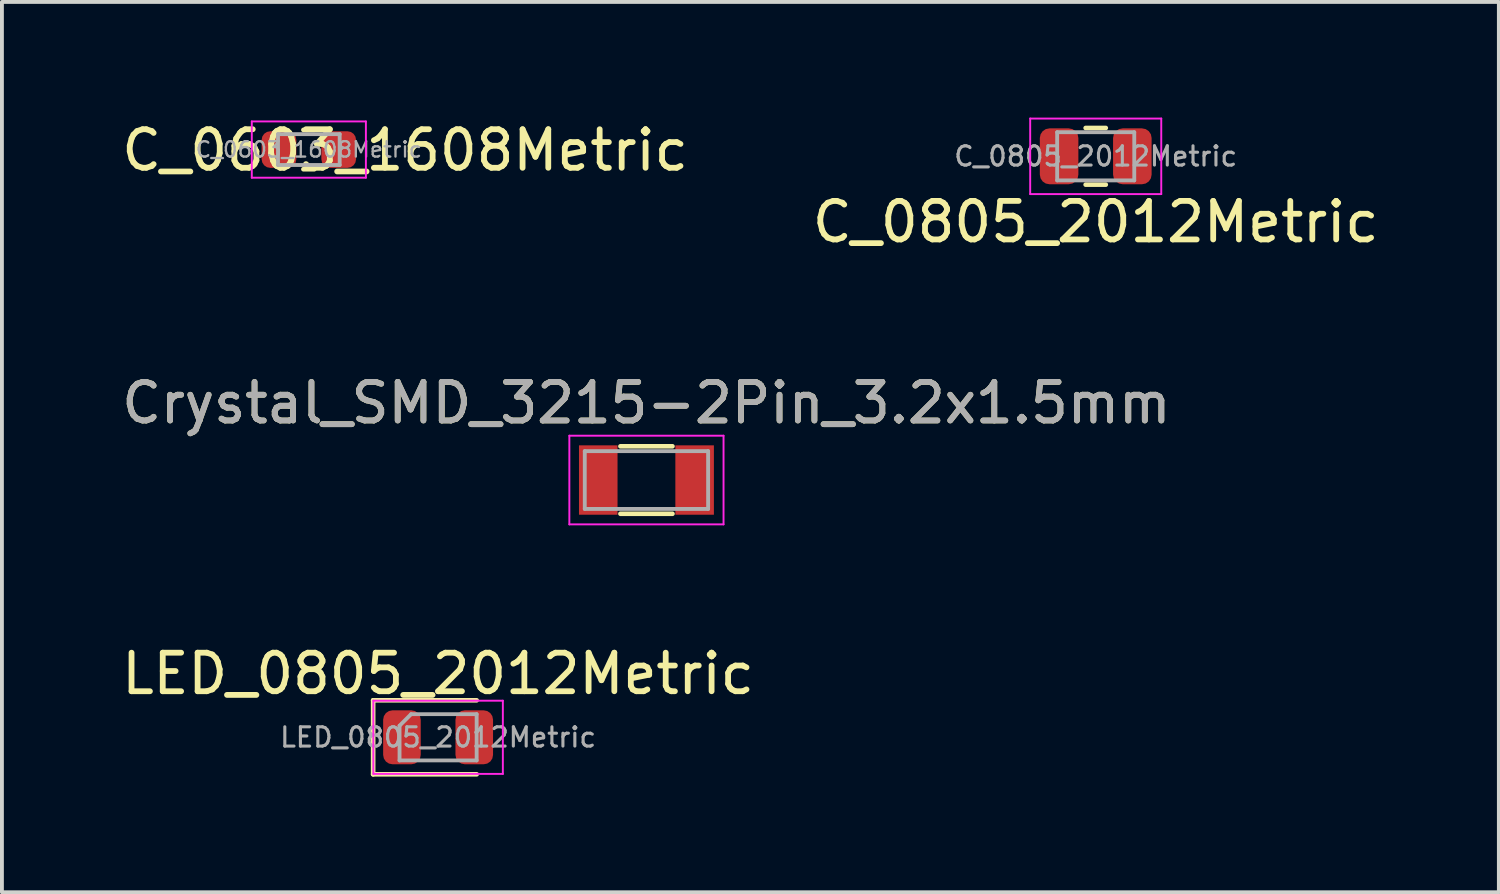
<source format=kicad_pcb>
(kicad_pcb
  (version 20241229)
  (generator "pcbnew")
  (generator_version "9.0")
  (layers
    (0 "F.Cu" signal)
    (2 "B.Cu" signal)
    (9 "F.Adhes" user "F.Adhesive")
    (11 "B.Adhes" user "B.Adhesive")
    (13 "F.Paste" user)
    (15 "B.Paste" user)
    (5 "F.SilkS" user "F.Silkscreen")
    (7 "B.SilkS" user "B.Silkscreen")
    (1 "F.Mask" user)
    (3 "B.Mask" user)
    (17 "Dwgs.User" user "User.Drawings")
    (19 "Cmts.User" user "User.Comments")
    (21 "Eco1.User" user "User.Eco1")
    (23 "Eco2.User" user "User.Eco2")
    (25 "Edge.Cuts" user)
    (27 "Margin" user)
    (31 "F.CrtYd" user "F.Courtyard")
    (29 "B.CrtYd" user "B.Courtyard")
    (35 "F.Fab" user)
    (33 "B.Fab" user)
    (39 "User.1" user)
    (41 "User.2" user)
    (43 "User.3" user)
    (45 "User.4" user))
  (footprint "C_0603_1608Metric"
    (layer "F.Cu")
    (at 4.962 0.83)
    (property "Reference" "C_0603_1608Metric" (at 2.497 0.018 0) (layer "F.SilkS") (effects (font (size 1 1) (thickness 0.15))))
    (attr smd)
    (fp_line (start -0.141 -0.51) (end 0.141 -0.51) (stroke (width 0.12) (type solid)) (layer "F.SilkS"))
    (fp_line (start -0.141 0.51) (end 0.141 0.51) (stroke (width 0.12) (type solid)) (layer "F.SilkS"))
    (fp_line (start -1.48 -0.73) (end 1.48 -0.73) (stroke (width 0.05) (type solid)) (layer "F.CrtYd"))
    (fp_line (start -1.48 0.73) (end -1.48 -0.73) (stroke (width 0.05) (type solid)) (layer "F.CrtYd"))
    (fp_line (start 1.48 -0.73) (end 1.48 0.73) (stroke (width 0.05) (type solid)) (layer "F.CrtYd"))
    (fp_line (start 1.48 0.73) (end -1.48 0.73) (stroke (width 0.05) (type solid)) (layer "F.CrtYd"))
    (fp_line (start -0.8 -0.4) (end 0.8 -0.4) (stroke (width 0.1) (type solid)) (layer "F.Fab"))
    (fp_line (start -0.8 0.4) (end -0.8 -0.4) (stroke (width 0.1) (type solid)) (layer "F.Fab"))
    (fp_line (start 0.8 -0.4) (end 0.8 0.4) (stroke (width 0.1) (type solid)) (layer "F.Fab"))
    (fp_line (start 0.8 0.4) (end -0.8 0.4) (stroke (width 0.1) (type solid)) (layer "F.Fab"))
    (fp_text user "${REFERENCE}" (at 0 0 0) (layer "F.Fab") (effects (font (size 0.4 0.4) (thickness 0.06))))
    (pad "1" smd roundrect (at -0.775 0) (size 0.9 0.95) (layers "F.Cu" "F.Mask" "F.Paste") (roundrect_rratio 0.25))
    (pad "2" smd roundrect (at 0.775 0) (size 0.9 0.95) (layers "F.Cu" "F.Mask" "F.Paste") (roundrect_rratio 0.25)))
  (footprint "C_0805_2012Metric"
    (layer "F.Cu")
    (at 25.375 1.005)
    (property "Reference" "C_0805_2012Metric" (at 0 1.702 180) (layer "F.SilkS") (effects (font (size 1 1) (thickness 0.15))))
    (attr smd)
    (fp_line (start -0.261 -0.735) (end 0.261 -0.735) (stroke (width 0.12) (type solid)) (layer "F.SilkS"))
    (fp_line (start -0.261 0.735) (end 0.261 0.735) (stroke (width 0.12) (type solid)) (layer "F.SilkS"))
    (fp_line (start -1.7 -0.98) (end 1.7 -0.98) (stroke (width 0.05) (type solid)) (layer "F.CrtYd"))
    (fp_line (start -1.7 0.98) (end -1.7 -0.98) (stroke (width 0.05) (type solid)) (layer "F.CrtYd"))
    (fp_line (start 1.7 -0.98) (end 1.7 0.98) (stroke (width 0.05) (type solid)) (layer "F.CrtYd"))
    (fp_line (start 1.7 0.98) (end -1.7 0.98) (stroke (width 0.05) (type solid)) (layer "F.CrtYd"))
    (fp_line (start -1 -0.625) (end 1 -0.625) (stroke (width 0.1) (type solid)) (layer "F.Fab"))
    (fp_line (start -1 0.625) (end -1 -0.625) (stroke (width 0.1) (type solid)) (layer "F.Fab"))
    (fp_line (start 1 -0.625) (end 1 0.625) (stroke (width 0.1) (type solid)) (layer "F.Fab"))
    (fp_line (start 1 0.625) (end -1 0.625) (stroke (width 0.1) (type solid)) (layer "F.Fab"))
    (fp_text user "${REFERENCE}" (at 0 0 180) (layer "F.Fab") (effects (font (size 0.5 0.5) (thickness 0.08))))
    (pad "1" smd roundrect (at -0.95 0) (size 1 1.45) (layers "F.Cu" "F.Mask" "F.Paste") (roundrect_rratio 0.25))
    (pad "2" smd roundrect (at 0.95 0) (size 1 1.45) (layers "F.Cu" "F.Mask" "F.Paste") (roundrect_rratio 0.25)))
  (footprint "LED_0805_2012Metric"
    (layer "F.Cu")
    (at 8.315 16.077)
    (property "Reference" "LED_0805_2012Metric" (at 0 -1.65 180) (layer "F.SilkS") (effects (font (size 1 1) (thickness 0.15))))
    (attr smd)
    (fp_line (start -1.685 -0.96) (end -1.685 0.96) (stroke (width 0.12) (type solid)) (layer "F.SilkS"))
    (fp_line (start -1.685 0.96) (end 1 0.96) (stroke (width 0.12) (type solid)) (layer "F.SilkS"))
    (fp_line (start 1 -0.96) (end -1.685 -0.96) (stroke (width 0.12) (type solid)) (layer "F.SilkS"))
    (fp_line (start -1.68 -0.95) (end 1.68 -0.95) (stroke (width 0.05) (type solid)) (layer "F.CrtYd"))
    (fp_line (start -1.68 0.95) (end -1.68 -0.95) (stroke (width 0.05) (type solid)) (layer "F.CrtYd"))
    (fp_line (start 1.68 -0.95) (end 1.68 0.95) (stroke (width 0.05) (type solid)) (layer "F.CrtYd"))
    (fp_line (start 1.68 0.95) (end -1.68 0.95) (stroke (width 0.05) (type solid)) (layer "F.CrtYd"))
    (fp_line (start -1 -0.3) (end -1 0.6) (stroke (width 0.1) (type solid)) (layer "F.Fab"))
    (fp_line (start -1 0.6) (end 1 0.6) (stroke (width 0.1) (type solid)) (layer "F.Fab"))
    (fp_line (start -0.7 -0.6) (end -1 -0.3) (stroke (width 0.1) (type solid)) (layer "F.Fab"))
    (fp_line (start 1 -0.6) (end -0.7 -0.6) (stroke (width 0.1) (type solid)) (layer "F.Fab"))
    (fp_line (start 1 0.6) (end 1 -0.6) (stroke (width 0.1) (type solid)) (layer "F.Fab"))
    (fp_text user "${REFERENCE}" (at 0 0 180) (layer "F.Fab") (effects (font (size 0.5 0.5) (thickness 0.08))))
    (pad "1" smd roundrect (at -0.938 0) (size 0.975 1.4) (layers "F.Cu" "F.Mask" "F.Paste") (roundrect_rratio 0.25))
    (pad "2" smd roundrect (at 0.938 0) (size 0.975 1.4) (layers "F.Cu" "F.Mask" "F.Paste") (roundrect_rratio 0.25)))
  (footprint "Crystal_SMD_3215-2Pin_3.2x1.5mm"
    (layer "F.Cu")
    (at 13.72 9.403)
    (property "Reference" "Crystal_SMD_3215-2Pin_3.2x1.5mm" (at 0 -2 0) (layer "F.SilkS") (effects (font (size 1 1) (thickness 0.15))))
    (attr smd)
    (fp_line (start -0.675 -0.875) (end 0.675 -0.875) (stroke (width 0.12) (type solid)) (layer "F.SilkS"))
    (fp_line (start -0.675 0.875) (end 0.675 0.875) (stroke (width 0.12) (type solid)) (layer "F.SilkS"))
    (fp_line (start -2 -1.15) (end -2 1.15) (stroke (width 0.05) (type solid)) (layer "F.CrtYd"))
    (fp_line (start -2 -1.15) (end 2 -1.15) (stroke (width 0.05) (type solid)) (layer "F.CrtYd"))
    (fp_line (start -2 1.15) (end 2 1.15) (stroke (width 0.05) (type solid)) (layer "F.CrtYd"))
    (fp_line (start 2 -1.15) (end 2 1.15) (stroke (width 0.05) (type solid)) (layer "F.CrtYd"))
    (fp_line (start -1.6 -0.75) (end -1.6 0.75) (stroke (width 0.1) (type solid)) (layer "F.Fab"))
    (fp_line (start -1.6 -0.75) (end 1.6 -0.75) (stroke (width 0.1) (type solid)) (layer "F.Fab"))
    (fp_line (start -1.6 0.75) (end 1.6 0.75) (stroke (width 0.1) (type solid)) (layer "F.Fab"))
    (fp_line (start 1.6 -0.75) (end 1.6 0.75) (stroke (width 0.1) (type solid)) (layer "F.Fab"))
    (fp_text user "${REFERENCE}" (at 0 -2 0) (layer "F.Fab") (effects (font (size 1 1) (thickness 0.15))))
    (pad "1" smd rect (at 1.25 0) (size 1 1.8) (layers "F.Cu" "F.Mask" "F.Paste"))
    (pad "2" smd rect (at -1.25 0) (size 1 1.8) (layers "F.Cu" "F.Mask" "F.Paste")))
  (gr_rect
    (start -3 -3)
    (end 35.833 20.097)
    (stroke (width 0.1) (type default))
    (fill no)
    (layer "Edge.Cuts")))
</source>
